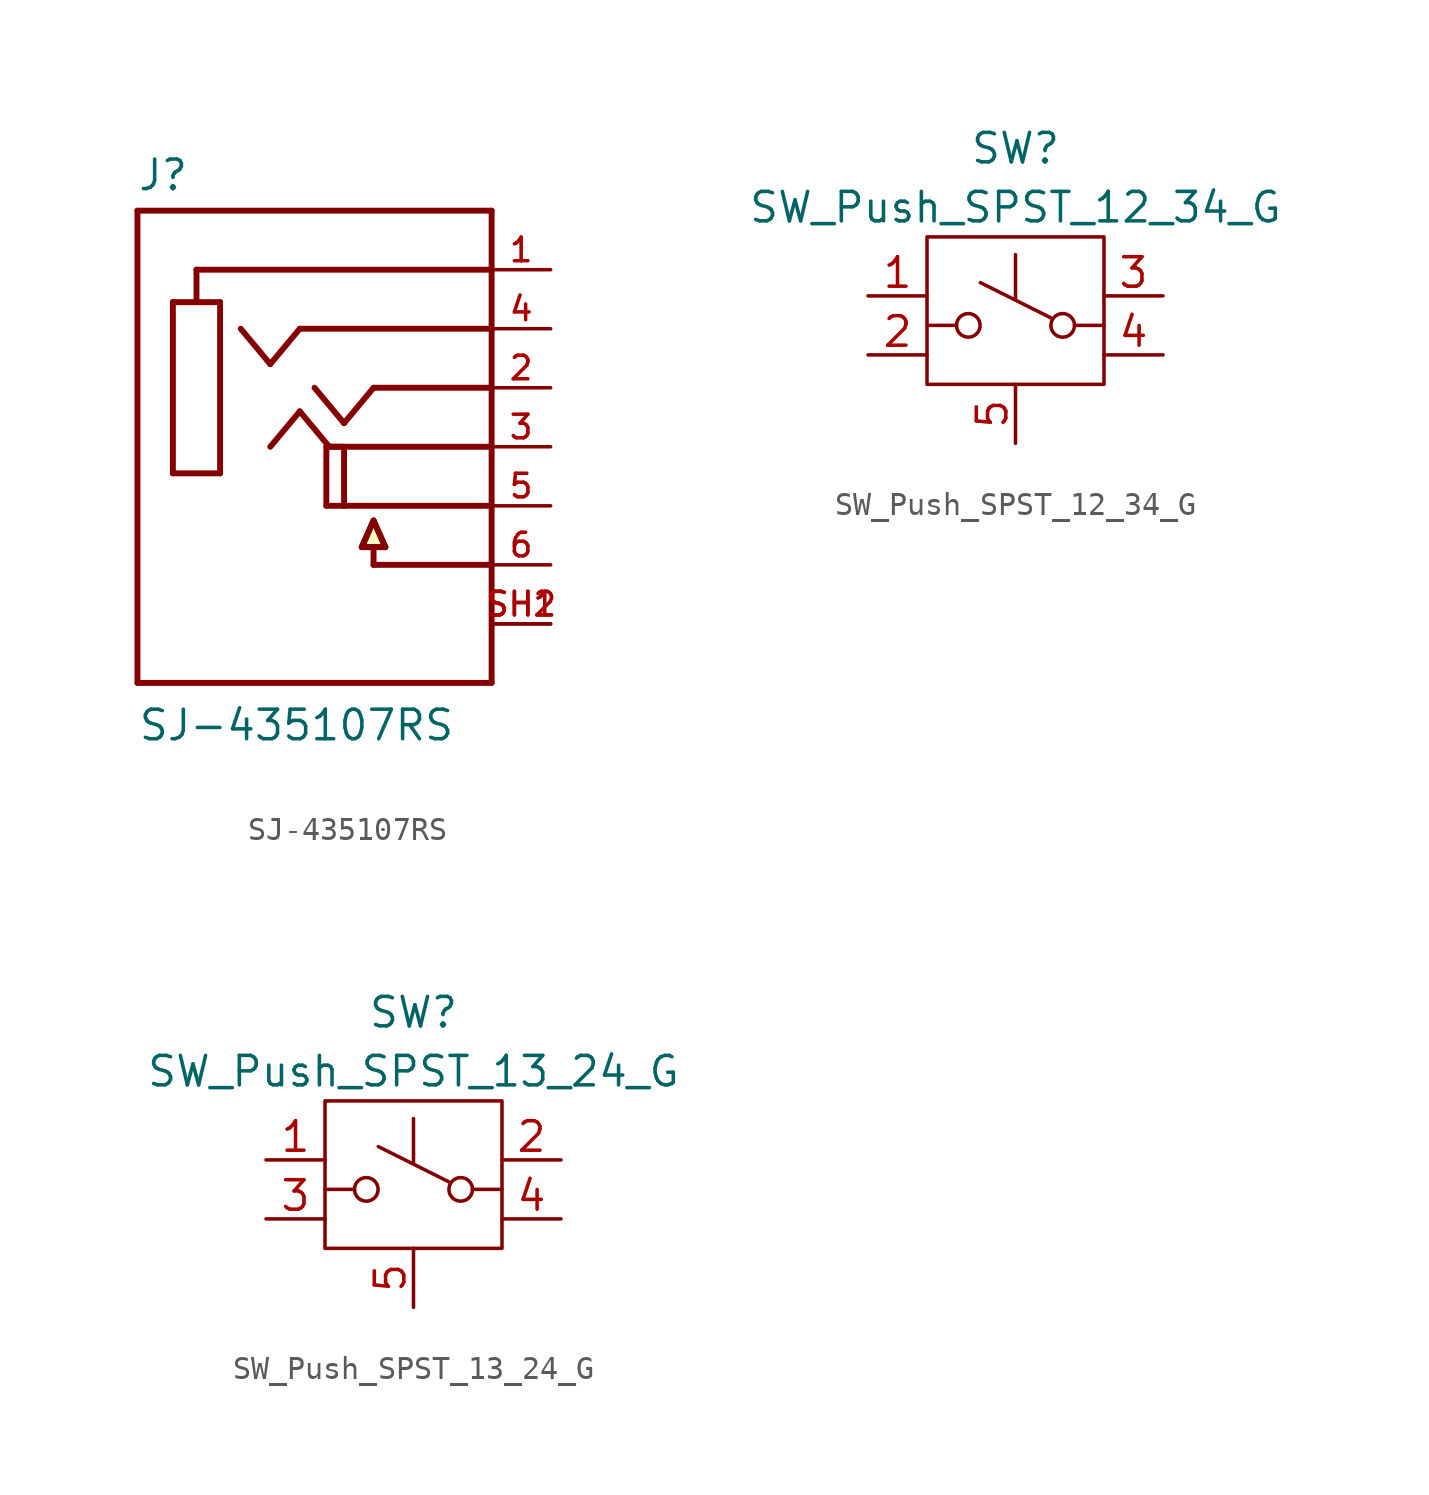
<source format=kicad_sym>
(kicad_symbol_lib
  (version 20211014)
  (generator kicad_symbol_editor)
  (symbol "SJ-435107RS"
    (pin_names
      (offset 1.016) hide)
    (property "Reference" "J"
      (at -7.645 10.947 0)
      (effects (font (size 1.27 1.27)) (justify left bottom)))
    (property "Value" "SJ-435107RS"
      (at -7.62 -12.725 0)
      (effects (font (size 1.27 1.27)) (justify left bottom)))
    (symbol "SJ-435107RS_0_0"
      (polyline (pts (xy -7.62 -10.16) (xy -7.62 10.16)) (stroke (width 0.254) (type default) (color 0 0 0 0)) (fill (type none)))
      (polyline (pts (xy -7.62 10.16) (xy 7.62 10.16)) (stroke (width 0.254) (type default) (color 0 0 0 0)) (fill (type none)))
      (polyline (pts (xy -6.096 -1.143) (xy -4.064 -1.143)) (stroke (width 0.254) (type default) (color 0 0 0 0)) (fill (type none)))
      (polyline (pts (xy -6.096 6.223) (xy -6.096 -1.143)) (stroke (width 0.254) (type default) (color 0 0 0 0)) (fill (type none)))
      (polyline (pts (xy -5.08 6.35) (xy -5.08 7.62)) (stroke (width 0.254) (type default) (color 0 0 0 0)) (fill (type none)))
      (polyline (pts (xy -5.08 7.62) (xy 7.62 7.62)) (stroke (width 0.254) (type default) (color 0 0 0 0)) (fill (type none)))
      (polyline (pts (xy -4.064 -1.143) (xy -4.064 6.223)) (stroke (width 0.254) (type default) (color 0 0 0 0)) (fill (type none)))
      (polyline (pts (xy -4.064 6.223) (xy -6.096 6.223)) (stroke (width 0.254) (type default) (color 0 0 0 0)) (fill (type none)))
      (polyline (pts (xy -1.905 0) (xy -0.635 1.524)) (stroke (width 0.254) (type default) (color 0 0 0 0)) (fill (type none)))
      (polyline (pts (xy -1.905 3.556) (xy -3.175 5.08)) (stroke (width 0.254) (type default) (color 0 0 0 0)) (fill (type none)))
      (polyline (pts (xy -0.635 1.524) (xy 0.635 0)) (stroke (width 0.254) (type default) (color 0 0 0 0)) (fill (type none)))
      (polyline (pts (xy -0.635 5.08) (xy -1.905 3.556)) (stroke (width 0.254) (type default) (color 0 0 0 0)) (fill (type none)))
      (polyline (pts (xy 0 2.54) (xy 1.27 1.016)) (stroke (width 0.254) (type default) (color 0 0 0 0)) (fill (type none)))
      (polyline (pts (xy 0.508 -2.54) (xy 1.27 -2.54)) (stroke (width 0.254) (type default) (color 0 0 0 0)) (fill (type none)))
      (polyline (pts (xy 0.508 0) (xy 0.508 -2.54)) (stroke (width 0.254) (type default) (color 0 0 0 0)) (fill (type none)))
      (polyline (pts (xy 0.635 0) (xy 7.62 0)) (stroke (width 0.254) (type default) (color 0 0 0 0)) (fill (type none)))
      (polyline (pts (xy 1.27 -2.54) (xy 1.27 0)) (stroke (width 0.254) (type default) (color 0 0 0 0)) (fill (type none)))
      (polyline (pts (xy 1.27 0) (xy 0.508 0)) (stroke (width 0.254) (type default) (color 0 0 0 0)) (fill (type none)))
      (polyline (pts (xy 1.27 1.016) (xy 2.54 2.54)) (stroke (width 0.254) (type default) (color 0 0 0 0)) (fill (type none)))
      (polyline (pts (xy 2.032 -4.318) (xy 2.54 -4.318)) (stroke (width 0.254) (type default) (color 0 0 0 0)) (fill (type none)))
      (polyline (pts (xy 2.032 -4.318) (xy 2.54 -3.175)) (stroke (width 0.254) (type default) (color 0 0 0 0)) (fill (type none)))
      (polyline (pts (xy 2.54 -5.08) (xy 2.54 -4.318)) (stroke (width 0.254) (type default) (color 0 0 0 0)) (fill (type none)))
      (polyline (pts (xy 2.54 -4.318) (xy 3.048 -4.318)) (stroke (width 0.254) (type default) (color 0 0 0 0)) (fill (type none)))
      (polyline (pts (xy 2.54 -3.175) (xy 3.048 -4.318)) (stroke (width 0.254) (type default) (color 0 0 0 0)) (fill (type none)))
      (polyline (pts (xy 2.54 2.54) (xy 7.62 2.54)) (stroke (width 0.254) (type default) (color 0 0 0 0)) (fill (type none)))
      (polyline (pts (xy 7.62 -10.16) (xy -7.62 -10.16)) (stroke (width 0.254) (type default) (color 0 0 0 0)) (fill (type none)))
      (polyline (pts (xy 7.62 -5.08) (xy 2.54 -5.08)) (stroke (width 0.254) (type default) (color 0 0 0 0)) (fill (type none)))
      (polyline (pts (xy 7.62 -5.08) (xy 7.62 -10.16)) (stroke (width 0.254) (type default) (color 0 0 0 0)) (fill (type none)))
      (polyline (pts (xy 7.62 -2.54) (xy 1.27 -2.54)) (stroke (width 0.254) (type default) (color 0 0 0 0)) (fill (type none)))
      (polyline (pts (xy 7.62 -2.54) (xy 7.62 -5.08)) (stroke (width 0.254) (type default) (color 0 0 0 0)) (fill (type none)))
      (polyline (pts (xy 7.62 0) (xy 7.62 -2.54)) (stroke (width 0.254) (type default) (color 0 0 0 0)) (fill (type none)))
      (polyline (pts (xy 7.62 2.54) (xy 7.62 0)) (stroke (width 0.254) (type default) (color 0 0 0 0)) (fill (type none)))
      (polyline (pts (xy 7.62 5.08) (xy -0.635 5.08)) (stroke (width 0.254) (type default) (color 0 0 0 0)) (fill (type none)))
      (polyline (pts (xy 7.62 5.08) (xy 7.62 2.54)) (stroke (width 0.254) (type default) (color 0 0 0 0)) (fill (type none)))
      (polyline (pts (xy 7.62 7.62) (xy 7.62 5.08)) (stroke (width 0.254) (type default) (color 0 0 0 0)) (fill (type none)))
      (polyline (pts (xy 7.62 7.62) (xy 7.62 10.16)) (stroke (width 0.254) (type default) (color 0 0 0 0)) (fill (type none)))
      (polyline (pts (xy 2.159 -4.318) (xy 3.048 -4.318) (xy 2.54 -3.175) (xy 2.032 -4.318) (xy 2.159 -4.318)) (stroke (width 0.254) (type default) (color 0 0 0 0)) (fill (type background)))
      (pin passive line (at 10.16 7.62 180) (length 2.54) (name "~" (effects (font (size 1.016 1.016)))) (number "1" (effects (font (size 1.016 1.016)))))
      (pin passive line (at 10.16 2.54 180) (length 2.54) (name "~" (effects (font (size 1.016 1.016)))) (number "2" (effects (font (size 1.016 1.016)))))
      (pin passive line (at 10.16 0 180) (length 2.54) (name "~" (effects (font (size 1.016 1.016)))) (number "3" (effects (font (size 1.016 1.016)))))
      (pin passive line (at 10.16 5.08 180) (length 2.54) (name "~" (effects (font (size 1.016 1.016)))) (number "4" (effects (font (size 1.016 1.016)))))
      (pin passive line (at 10.16 -2.54 180) (length 2.54) (name "~" (effects (font (size 1.016 1.016)))) (number "5" (effects (font (size 1.016 1.016)))))
      (pin passive line (at 10.16 -5.08 180) (length 2.54) (name "~" (effects (font (size 1.016 1.016)))) (number "6" (effects (font (size 1.016 1.016)))))
      (pin passive line (at 10.16 -7.62 180) (length 2.54) (name "~" (effects (font (size 1.016 1.016)))) (number "SH1" (effects (font (size 1.016 1.016)))))
      (pin passive line (at 10.16 -7.62 180) (length 2.54) (name "~" (effects (font (size 1.016 1.016)))) (number "SH2" (effects (font (size 1.016 1.016)))))))
  (symbol "SW_Push_SPST_12_34_G"
    (pin_names
      (offset 0) hide)
    (property "Reference" "SW"
      (at 0 7.62 0)
      (effects (font (size 1.27 1.27))))
    (property "Value" "SW_Push_SPST_12_34_G"
      (at 0 5.08 0)
      (effects (font (size 1.27 1.27))))
    (symbol "SW_Push_SPST_12_34_G_0_0"
      (circle (center -2.032 0) (radius 0.508) (stroke (width 0) (type default) (color 0 0 0 0)) (fill (type none)))
      (polyline (pts (xy 1.534 0.318) (xy -1.514 1.842)) (stroke (width 0) (type default) (color 0 0 0 0)) (fill (type none)))
      (circle (center 2.032 0) (radius 0.508) (stroke (width 0) (type default) (color 0 0 0 0)) (fill (type none))))
    (symbol "SW_Push_SPST_12_34_G_0_1"
      (rectangle (start -3.81 3.81) (end 3.81 -2.54) (stroke (width 0.152) (type default) (color 0 0 0 0)) (fill (type none)))
      (polyline (pts (xy -2.54 0) (xy -3.81 0)) (stroke (width 0.152) (type default) (color 0 0 0 0)) (fill (type none)))
      (polyline (pts (xy 0 1.143) (xy 0 3.048)) (stroke (width 0.152) (type default) (color 0 0 0 0)) (fill (type none)))
      (polyline (pts (xy 3.81 0) (xy 2.54 0)) (stroke (width 0.152) (type default) (color 0 0 0 0)) (fill (type none))))
    (symbol "SW_Push_SPST_12_34_G_1_1"
      (pin passive line (at -6.35 1.27 0) (length 2.54) (name "A" (effects (font (size 1.27 1.27)))) (number "1" (effects (font (size 1.27 1.27)))))
      (pin passive line (at -6.35 -1.27 0) (length 2.54) (name "A" (effects (font (size 1.27 1.27)))) (number "2" (effects (font (size 1.27 1.27)))))
      (pin passive line (at 6.35 1.27 180) (length 2.54) (name "B" (effects (font (size 1.27 1.27)))) (number "3" (effects (font (size 1.27 1.27)))))
      (pin passive line (at 6.35 -1.27 180) (length 2.54) (name "B" (effects (font (size 1.27 1.27)))) (number "4" (effects (font (size 1.27 1.27)))))
      (pin passive line (at 0 -5.08 90) (length 2.54) (name "G" (effects (font (size 1.27 1.27)))) (number "5" (effects (font (size 1.27 1.27)))))))
  (symbol "SW_Push_SPST_13_24_G"
    (pin_names
      (offset 0) hide)
    (property "Reference" "SW"
      (at 0 7.62 0)
      (effects (font (size 1.27 1.27))))
    (property "Value" "SW_Push_SPST_13_24_G"
      (at 0 5.08 0)
      (effects (font (size 1.27 1.27))))
    (symbol "SW_Push_SPST_13_24_G_0_0"
      (circle (center -2.032 0) (radius 0.508) (stroke (width 0) (type default) (color 0 0 0 0)) (fill (type none)))
      (polyline (pts (xy 1.534 0.318) (xy -1.514 1.842)) (stroke (width 0) (type default) (color 0 0 0 0)) (fill (type none)))
      (circle (center 2.032 0) (radius 0.508) (stroke (width 0) (type default) (color 0 0 0 0)) (fill (type none))))
    (symbol "SW_Push_SPST_13_24_G_0_1"
      (rectangle (start -3.81 3.81) (end 3.81 -2.54) (stroke (width 0.152) (type default) (color 0 0 0 0)) (fill (type none)))
      (polyline (pts (xy -2.54 0) (xy -3.81 0)) (stroke (width 0.152) (type default) (color 0 0 0 0)) (fill (type none)))
      (polyline (pts (xy 0 1.143) (xy 0 3.048)) (stroke (width 0.152) (type default) (color 0 0 0 0)) (fill (type none)))
      (polyline (pts (xy 3.81 0) (xy 2.54 0)) (stroke (width 0.152) (type default) (color 0 0 0 0)) (fill (type none))))
    (symbol "SW_Push_SPST_13_24_G_1_1"
      (pin passive line (at -6.35 1.27 0) (length 2.54) (name "A" (effects (font (size 1.27 1.27)))) (number "1" (effects (font (size 1.27 1.27)))))
      (pin passive line (at 6.35 1.27 180) (length 2.54) (name "B" (effects (font (size 1.27 1.27)))) (number "2" (effects (font (size 1.27 1.27)))))
      (pin passive line (at -6.35 -1.27 0) (length 2.54) (name "A" (effects (font (size 1.27 1.27)))) (number "3" (effects (font (size 1.27 1.27)))))
      (pin passive line (at 6.35 -1.27 180) (length 2.54) (name "B" (effects (font (size 1.27 1.27)))) (number "4" (effects (font (size 1.27 1.27)))))
      (pin passive line (at 0 -5.08 90) (length 2.54) (name "G" (effects (font (size 1.27 1.27)))) (number "5" (effects (font (size 1.27 1.27))))))))
</source>
